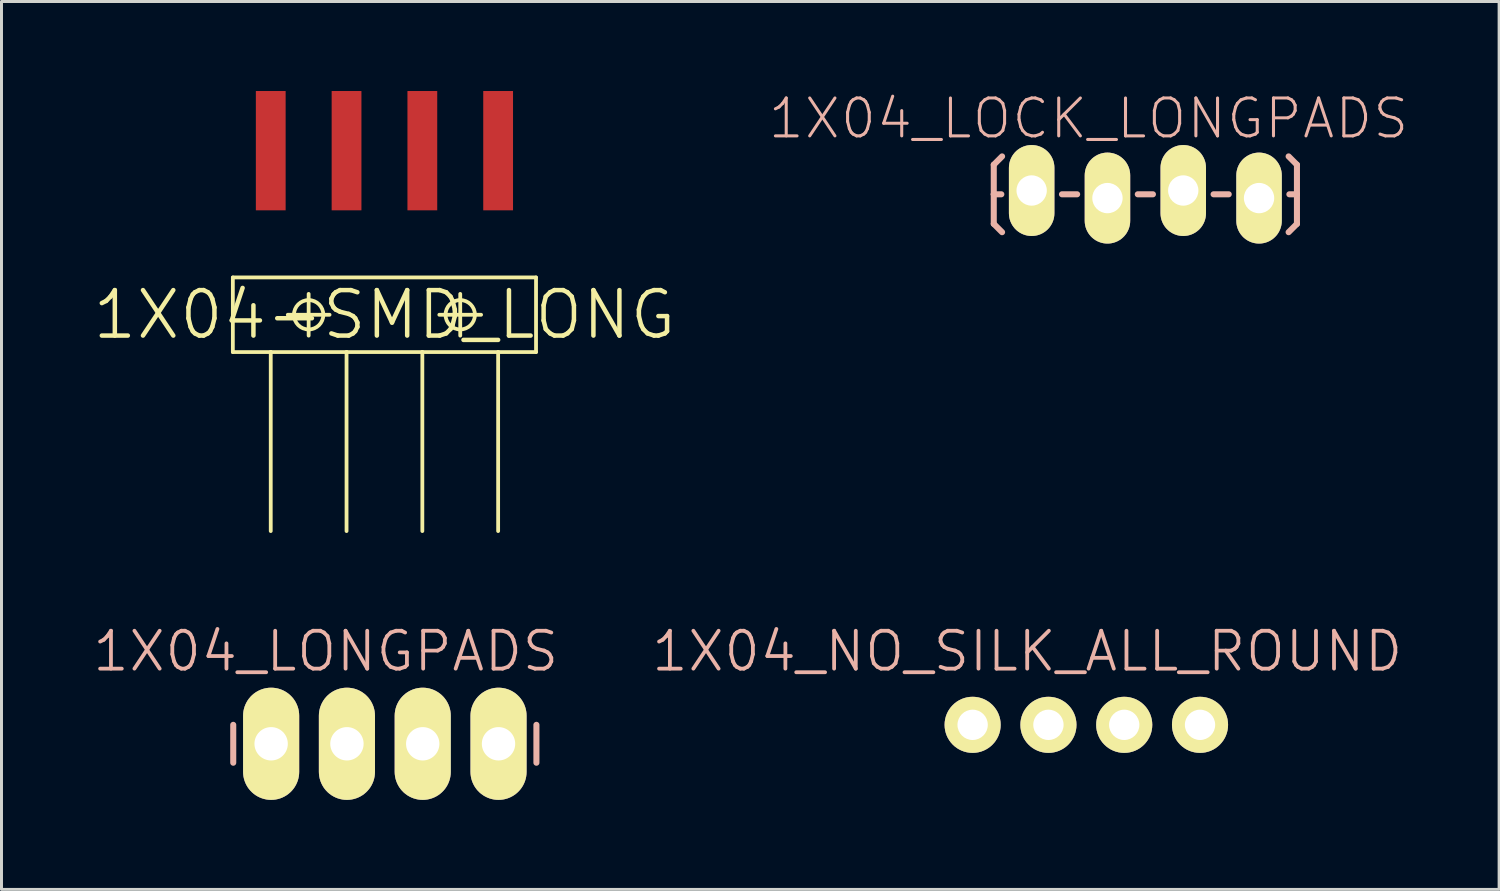
<source format=kicad_pcb>
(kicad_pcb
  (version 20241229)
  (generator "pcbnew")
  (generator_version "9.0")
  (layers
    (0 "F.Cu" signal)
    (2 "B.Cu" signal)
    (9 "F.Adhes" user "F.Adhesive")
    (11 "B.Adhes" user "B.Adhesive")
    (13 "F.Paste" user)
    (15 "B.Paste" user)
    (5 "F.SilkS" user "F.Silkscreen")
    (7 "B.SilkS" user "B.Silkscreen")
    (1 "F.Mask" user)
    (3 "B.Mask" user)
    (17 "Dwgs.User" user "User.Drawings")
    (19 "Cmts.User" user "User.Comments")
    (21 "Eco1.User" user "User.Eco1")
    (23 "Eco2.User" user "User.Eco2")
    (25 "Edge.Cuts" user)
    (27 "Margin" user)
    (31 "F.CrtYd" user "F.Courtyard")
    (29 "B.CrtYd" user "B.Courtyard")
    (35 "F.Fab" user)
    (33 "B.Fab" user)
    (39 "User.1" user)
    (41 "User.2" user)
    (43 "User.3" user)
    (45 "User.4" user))
  (footprint "1X04_NO_SILK_ALL_ROUND"
    (layer "F.Cu")
    (at 29.544 21.24)
    (property "Reference" "1X04_NO_SILK_ALL_ROUND" (at 1.829 -2.464 0) (layer "B.SilkS") (effects (font (size 1.27 1.27) (thickness 0.127))))
    (attr exclude_from_pos_files exclude_from_bom)
    (fp_line (start -0.254 -0.254) (end 0.254 -0.254) (stroke (width 0.066) (type solid)) (layer "F.SilkS"))
    (fp_line (start -0.254 0.254) (end -0.254 -0.254) (stroke (width 0.066) (type solid)) (layer "F.SilkS"))
    (fp_line (start -0.254 0.254) (end 0.254 0.254) (stroke (width 0.066) (type solid)) (layer "F.SilkS"))
    (fp_line (start 0.254 0.254) (end 0.254 -0.254) (stroke (width 0.066) (type solid)) (layer "F.SilkS"))
    (fp_line (start 2.286 -0.254) (end 2.794 -0.254) (stroke (width 0.066) (type solid)) (layer "F.SilkS"))
    (fp_line (start 2.286 0.254) (end 2.286 -0.254) (stroke (width 0.066) (type solid)) (layer "F.SilkS"))
    (fp_line (start 2.286 0.254) (end 2.794 0.254) (stroke (width 0.066) (type solid)) (layer "F.SilkS"))
    (fp_line (start 2.794 0.254) (end 2.794 -0.254) (stroke (width 0.066) (type solid)) (layer "F.SilkS"))
    (fp_line (start 4.826 -0.254) (end 5.334 -0.254) (stroke (width 0.066) (type solid)) (layer "F.SilkS"))
    (fp_line (start 4.826 0.254) (end 4.826 -0.254) (stroke (width 0.066) (type solid)) (layer "F.SilkS"))
    (fp_line (start 4.826 0.254) (end 5.334 0.254) (stroke (width 0.066) (type solid)) (layer "F.SilkS"))
    (fp_line (start 5.334 0.254) (end 5.334 -0.254) (stroke (width 0.066) (type solid)) (layer "F.SilkS"))
    (fp_line (start 7.366 -0.254) (end 7.874 -0.254) (stroke (width 0.066) (type solid)) (layer "F.SilkS"))
    (fp_line (start 7.366 0.254) (end 7.366 -0.254) (stroke (width 0.066) (type solid)) (layer "F.SilkS"))
    (fp_line (start 7.366 0.254) (end 7.874 0.254) (stroke (width 0.066) (type solid)) (layer "F.SilkS"))
    (fp_line (start 7.874 0.254) (end 7.874 -0.254) (stroke (width 0.066) (type solid)) (layer "F.SilkS"))
    (pad "1" thru_hole circle (at 0 0) (size 1.88 1.88) (drill 1.016) (layers "*.Cu" "F.Mask" "F.SilkS" "F.Paste"))
    (pad "2" thru_hole circle (at 2.54 0) (size 1.88 1.88) (drill 1.016) (layers "*.Cu" "F.Mask" "F.SilkS" "F.Paste"))
    (pad "3" thru_hole circle (at 5.08 0) (size 1.88 1.88) (drill 1.016) (layers "*.Cu" "F.Mask" "F.SilkS" "F.Paste"))
    (pad "4" thru_hole circle (at 7.62 0) (size 1.88 1.88) (drill 1.016) (layers "*.Cu" "F.Mask" "F.SilkS" "F.Paste")))
  (footprint "1X04_LOCK_LONGPADS"
    (layer "F.Cu")
    (at 31.522 3.334)
    (property "Reference" "1X04_LOCK_LONGPADS" (at 1.905 -2.413 0) (layer "B.SilkS") (effects (font (size 1.27 1.27) (thickness 0.102))))
    (attr exclude_from_pos_files exclude_from_bom)
    (fp_line (start -0.292 -0.165) (end 0.292 -0.165) (stroke (width 0.066) (type solid)) (layer "F.SilkS"))
    (fp_line (start -0.292 0.419) (end -0.292 -0.165) (stroke (width 0.066) (type solid)) (layer "F.SilkS"))
    (fp_line (start -0.292 0.419) (end 0.292 0.419) (stroke (width 0.066) (type solid)) (layer "F.SilkS"))
    (fp_line (start 0.292 0.419) (end 0.292 -0.165) (stroke (width 0.066) (type solid)) (layer "F.SilkS"))
    (fp_line (start 2.248 -0.165) (end 2.832 -0.165) (stroke (width 0.066) (type solid)) (layer "F.SilkS"))
    (fp_line (start 2.248 0.419) (end 2.248 -0.165) (stroke (width 0.066) (type solid)) (layer "F.SilkS"))
    (fp_line (start 2.248 0.419) (end 2.832 0.419) (stroke (width 0.066) (type solid)) (layer "F.SilkS"))
    (fp_line (start 2.832 0.419) (end 2.832 -0.165) (stroke (width 0.066) (type solid)) (layer "F.SilkS"))
    (fp_line (start 4.788 -0.165) (end 5.372 -0.165) (stroke (width 0.066) (type solid)) (layer "F.SilkS"))
    (fp_line (start 4.788 0.419) (end 4.788 -0.165) (stroke (width 0.066) (type solid)) (layer "F.SilkS"))
    (fp_line (start 4.788 0.419) (end 5.372 0.419) (stroke (width 0.066) (type solid)) (layer "F.SilkS"))
    (fp_line (start 5.372 0.419) (end 5.372 -0.165) (stroke (width 0.066) (type solid)) (layer "F.SilkS"))
    (fp_line (start 7.328 -0.165) (end 7.912 -0.165) (stroke (width 0.066) (type solid)) (layer "F.SilkS"))
    (fp_line (start 7.328 0.419) (end 7.328 -0.165) (stroke (width 0.066) (type solid)) (layer "F.SilkS"))
    (fp_line (start 7.328 0.419) (end 7.912 0.419) (stroke (width 0.066) (type solid)) (layer "F.SilkS"))
    (fp_line (start 7.912 0.419) (end 7.912 -0.165) (stroke (width 0.066) (type solid)) (layer "F.SilkS"))
    (fp_line (start -1.27 -0.864) (end -0.991 -1.143) (stroke (width 0.203) (type solid)) (layer "B.SilkS"))
    (fp_line (start -1.27 0.127) (end -1.27 -0.864) (stroke (width 0.203) (type solid)) (layer "B.SilkS"))
    (fp_line (start -1.27 0.127) (end -1.27 1.118) (stroke (width 0.203) (type solid)) (layer "B.SilkS"))
    (fp_line (start -1.27 0.127) (end -1.016 0.127) (stroke (width 0.203) (type solid)) (layer "B.SilkS"))
    (fp_line (start -1.27 1.118) (end -0.991 1.397) (stroke (width 0.203) (type solid)) (layer "B.SilkS"))
    (fp_line (start 1.524 0.127) (end 1.016 0.127) (stroke (width 0.203) (type solid)) (layer "B.SilkS"))
    (fp_line (start 4.064 0.127) (end 3.556 0.127) (stroke (width 0.203) (type solid)) (layer "B.SilkS"))
    (fp_line (start 6.604 0.127) (end 6.096 0.127) (stroke (width 0.203) (type solid)) (layer "B.SilkS"))
    (fp_line (start 8.89 -0.864) (end 8.611 -1.143) (stroke (width 0.203) (type solid)) (layer "B.SilkS"))
    (fp_line (start 8.89 0.127) (end 8.636 0.127) (stroke (width 0.203) (type solid)) (layer "B.SilkS"))
    (fp_line (start 8.89 0.127) (end 8.89 -0.864) (stroke (width 0.203) (type solid)) (layer "B.SilkS"))
    (fp_line (start 8.89 0.127) (end 8.89 1.118) (stroke (width 0.203) (type solid)) (layer "B.SilkS"))
    (fp_line (start 8.89 1.118) (end 8.611 1.397) (stroke (width 0.203) (type solid)) (layer "B.SilkS"))
    (pad "1" thru_hole oval (at 0 0 180) (size 1.524 3.048) (drill 1.016) (layers "*.Cu" "F.Mask" "F.SilkS" "F.Paste"))
    (pad "2" thru_hole oval (at 2.54 0.254 180) (size 1.524 3.048) (drill 1.016) (layers "*.Cu" "F.Mask" "F.SilkS" "F.Paste"))
    (pad "3" thru_hole oval (at 5.08 0 180) (size 1.524 3.048) (drill 1.016) (layers "*.Cu" "F.Mask" "F.SilkS" "F.Paste"))
    (pad "4" thru_hole oval (at 7.62 0.254 180) (size 1.524 3.048) (drill 1.016) (layers "*.Cu" "F.Mask" "F.SilkS" "F.Paste")))
  (footprint "1X04-SMD_LONG"
    (layer "F.Cu")
    (at 9.833 7.498)
    (property "Reference" "1X04-SMD_LONG" (at 0 0 0) (layer "F.SilkS") (effects (font (size 1.524 1.524) (thickness 0.15))))
    (attr smd)
    (fp_line (start -5.08 -1.25) (end -5.08 1.25) (stroke (width 0.127) (type solid)) (layer "F.SilkS"))
    (fp_line (start -5.08 1.25) (end -3.81 1.25) (stroke (width 0.127) (type solid)) (layer "F.SilkS"))
    (fp_line (start -3.81 1.25) (end -3.81 7.249) (stroke (width 0.127) (type solid)) (layer "F.SilkS"))
    (fp_line (start -3.81 1.25) (end -1.27 1.25) (stroke (width 0.127) (type solid)) (layer "F.SilkS"))
    (fp_line (start -3.239 0) (end -1.839 0) (stroke (width 0.127) (type solid)) (layer "F.SilkS"))
    (fp_line (start -2.54 0.699) (end -2.54 -0.699) (stroke (width 0.127) (type solid)) (layer "F.SilkS"))
    (fp_line (start -1.27 1.25) (end -1.27 7.249) (stroke (width 0.127) (type solid)) (layer "F.SilkS"))
    (fp_line (start -1.27 1.25) (end 1.27 1.25) (stroke (width 0.127) (type solid)) (layer "F.SilkS"))
    (fp_line (start 1.27 1.25) (end 1.27 7.249) (stroke (width 0.127) (type solid)) (layer "F.SilkS"))
    (fp_line (start 1.27 1.25) (end 3.81 1.25) (stroke (width 0.127) (type solid)) (layer "F.SilkS"))
    (fp_line (start 1.839 0) (end 3.239 0) (stroke (width 0.127) (type solid)) (layer "F.SilkS"))
    (fp_line (start 2.54 0.699) (end 2.54 -0.699) (stroke (width 0.127) (type solid)) (layer "F.SilkS"))
    (fp_line (start 3.81 1.25) (end 3.81 7.249) (stroke (width 0.127) (type solid)) (layer "F.SilkS"))
    (fp_line (start 3.81 1.25) (end 5.08 1.25) (stroke (width 0.127) (type solid)) (layer "F.SilkS"))
    (fp_line (start 5.08 -1.25) (end -5.08 -1.25) (stroke (width 0.127) (type solid)) (layer "F.SilkS"))
    (fp_line (start 5.08 1.25) (end 5.08 -1.25) (stroke (width 0.127) (type solid)) (layer "F.SilkS"))
    (fp_circle (center -2.54 0) (end -2.888 0.348) (stroke (width 0.127) (type solid)) (fill no) (layer "F.SilkS"))
    (fp_circle (center 2.54 0) (end 2.888 0.348) (stroke (width 0.127) (type solid)) (fill no) (layer "F.SilkS"))
    (pad "1" smd rect (at -3.81 -5.499 90) (size 3.998 0.998) (layers "F.Cu" "F.Mask" "F.Paste"))
    (pad "2" smd rect (at -1.27 -5.499 90) (size 3.998 0.998) (layers "F.Cu" "F.Mask" "F.Paste"))
    (pad "3" smd rect (at 1.27 -5.499 90) (size 3.998 0.998) (layers "F.Cu" "F.Mask" "F.Paste"))
    (pad "4" smd rect (at 3.81 -5.499 90) (size 3.998 0.998) (layers "F.Cu" "F.Mask" "F.Paste")))
  (footprint "1X04_LONGPADS"
    (layer "F.Cu")
    (at 6.036 21.875)
    (property "Reference" "1X04_LONGPADS" (at 1.829 -3.099 0) (layer "B.SilkS") (effects (font (size 1.27 1.27) (thickness 0.127))))
    (attr exclude_from_pos_files exclude_from_bom)
    (fp_line (start -0.254 -0.254) (end 0.254 -0.254) (stroke (width 0.066) (type solid)) (layer "F.SilkS"))
    (fp_line (start -0.254 0.254) (end -0.254 -0.254) (stroke (width 0.066) (type solid)) (layer "F.SilkS"))
    (fp_line (start -0.254 0.254) (end 0.254 0.254) (stroke (width 0.066) (type solid)) (layer "F.SilkS"))
    (fp_line (start 0.254 0.254) (end 0.254 -0.254) (stroke (width 0.066) (type solid)) (layer "F.SilkS"))
    (fp_line (start 2.286 -0.254) (end 2.794 -0.254) (stroke (width 0.066) (type solid)) (layer "F.SilkS"))
    (fp_line (start 2.286 0.254) (end 2.286 -0.254) (stroke (width 0.066) (type solid)) (layer "F.SilkS"))
    (fp_line (start 2.286 0.254) (end 2.794 0.254) (stroke (width 0.066) (type solid)) (layer "F.SilkS"))
    (fp_line (start 2.794 0.254) (end 2.794 -0.254) (stroke (width 0.066) (type solid)) (layer "F.SilkS"))
    (fp_line (start 4.826 -0.254) (end 5.334 -0.254) (stroke (width 0.066) (type solid)) (layer "F.SilkS"))
    (fp_line (start 4.826 0.254) (end 4.826 -0.254) (stroke (width 0.066) (type solid)) (layer "F.SilkS"))
    (fp_line (start 4.826 0.254) (end 5.334 0.254) (stroke (width 0.066) (type solid)) (layer "F.SilkS"))
    (fp_line (start 5.334 0.254) (end 5.334 -0.254) (stroke (width 0.066) (type solid)) (layer "F.SilkS"))
    (fp_line (start 7.366 -0.254) (end 7.874 -0.254) (stroke (width 0.066) (type solid)) (layer "F.SilkS"))
    (fp_line (start 7.366 0.254) (end 7.366 -0.254) (stroke (width 0.066) (type solid)) (layer "F.SilkS"))
    (fp_line (start 7.366 0.254) (end 7.874 0.254) (stroke (width 0.066) (type solid)) (layer "F.SilkS"))
    (fp_line (start 7.874 0.254) (end 7.874 -0.254) (stroke (width 0.066) (type solid)) (layer "F.SilkS"))
    (fp_line (start -1.27 -0.635) (end -1.27 0.635) (stroke (width 0.203) (type solid)) (layer "B.SilkS"))
    (fp_line (start 8.89 -0.635) (end 8.89 0.635) (stroke (width 0.203) (type solid)) (layer "B.SilkS"))
    (pad "1" thru_hole oval (at 0 0 180) (size 1.88 3.759) (drill 1.118) (layers "*.Cu" "F.Mask" "F.SilkS" "F.Paste"))
    (pad "2" thru_hole oval (at 2.54 0 180) (size 1.88 3.759) (drill 1.118) (layers "*.Cu" "F.Mask" "F.SilkS" "F.Paste"))
    (pad "3" thru_hole oval (at 5.08 0 180) (size 1.88 3.759) (drill 1.118) (layers "*.Cu" "F.Mask" "F.SilkS" "F.Paste"))
    (pad "4" thru_hole oval (at 7.62 0 180) (size 1.88 3.759) (drill 1.118) (layers "*.Cu" "F.Mask" "F.SilkS" "F.Paste")))
  (gr_rect
    (start -3 -3)
    (end 47.187 26.755)
    (stroke (width 0.1) (type default))
    (fill no)
    (layer "Edge.Cuts")))
</source>
